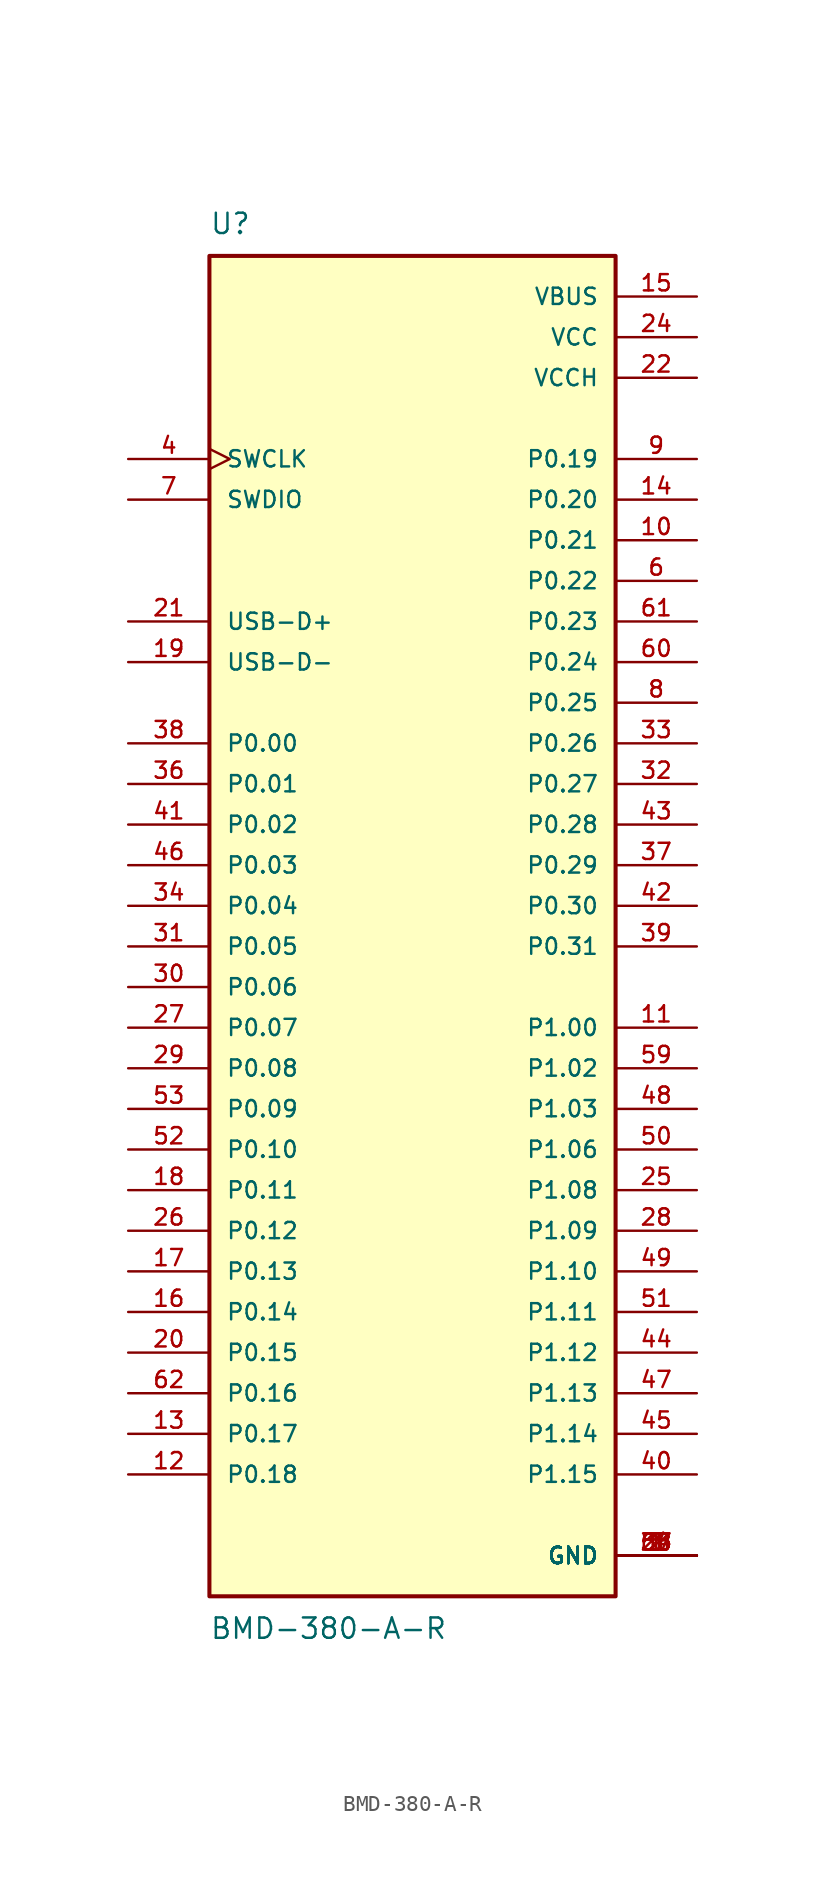
<source format=kicad_sym>
(kicad_symbol_lib
  (version 20211014)
  (generator kicad_symbol_editor)
  (symbol "BMD-380-A-R"
    (pin_names
      (offset 1.016))
    (property "Reference" "U"
      (at -12.7 41.91 0)
      (effects (font (size 1.27 1.27)) (justify bottom left)))
    (property "Value" "BMD-380-A-R"
      (at -12.7 -44.45 0)
      (effects (font (size 1.27 1.27)) (justify top left)))
    (symbol "BMD-380-A-R_0_0"
      (rectangle (start -12.7 -43.18) (end 12.7 40.64) (stroke (width 0.254)) (fill (type background)))
      (pin power_in line (at 17.78 38.1 180.0) (length 5.08) (name "VBUS" (effects (font (size 1.016 1.016)))) (number "15" (effects (font (size 1.016 1.016)))))
      (pin power_in line (at 17.78 35.56 180.0) (length 5.08) (name "VCC" (effects (font (size 1.016 1.016)))) (number "24" (effects (font (size 1.016 1.016)))))
      (pin power_in line (at 17.78 33.02 180.0) (length 5.08) (name "VCCH" (effects (font (size 1.016 1.016)))) (number "22" (effects (font (size 1.016 1.016)))))
      (pin input clock (at -17.78 27.94 0) (length 5.08) (name "SWCLK" (effects (font (size 1.016 1.016)))) (number "4" (effects (font (size 1.016 1.016)))))
      (pin bidirectional line (at -17.78 10.16 0) (length 5.08) (name "P0.00" (effects (font (size 1.016 1.016)))) (number "38" (effects (font (size 1.016 1.016)))))
      (pin bidirectional line (at -17.78 7.62 0) (length 5.08) (name "P0.01" (effects (font (size 1.016 1.016)))) (number "36" (effects (font (size 1.016 1.016)))))
      (pin bidirectional line (at -17.78 5.08 0) (length 5.08) (name "P0.02" (effects (font (size 1.016 1.016)))) (number "41" (effects (font (size 1.016 1.016)))))
      (pin bidirectional line (at -17.78 2.54 0) (length 5.08) (name "P0.03" (effects (font (size 1.016 1.016)))) (number "46" (effects (font (size 1.016 1.016)))))
      (pin bidirectional line (at -17.78 0.0 0) (length 5.08) (name "P0.04" (effects (font (size 1.016 1.016)))) (number "34" (effects (font (size 1.016 1.016)))))
      (pin bidirectional line (at -17.78 -2.54 0) (length 5.08) (name "P0.05" (effects (font (size 1.016 1.016)))) (number "31" (effects (font (size 1.016 1.016)))))
      (pin bidirectional line (at -17.78 -5.08 0) (length 5.08) (name "P0.06" (effects (font (size 1.016 1.016)))) (number "30" (effects (font (size 1.016 1.016)))))
      (pin bidirectional line (at -17.78 -7.62 0) (length 5.08) (name "P0.07" (effects (font (size 1.016 1.016)))) (number "27" (effects (font (size 1.016 1.016)))))
      (pin bidirectional line (at -17.78 -10.16 0) (length 5.08) (name "P0.08" (effects (font (size 1.016 1.016)))) (number "29" (effects (font (size 1.016 1.016)))))
      (pin bidirectional line (at -17.78 -12.7 0) (length 5.08) (name "P0.09" (effects (font (size 1.016 1.016)))) (number "53" (effects (font (size 1.016 1.016)))))
      (pin bidirectional line (at -17.78 -15.24 0) (length 5.08) (name "P0.10" (effects (font (size 1.016 1.016)))) (number "52" (effects (font (size 1.016 1.016)))))
      (pin bidirectional line (at -17.78 -17.78 0) (length 5.08) (name "P0.11" (effects (font (size 1.016 1.016)))) (number "18" (effects (font (size 1.016 1.016)))))
      (pin bidirectional line (at -17.78 -20.32 0) (length 5.08) (name "P0.12" (effects (font (size 1.016 1.016)))) (number "26" (effects (font (size 1.016 1.016)))))
      (pin bidirectional line (at -17.78 -22.86 0) (length 5.08) (name "P0.13" (effects (font (size 1.016 1.016)))) (number "17" (effects (font (size 1.016 1.016)))))
      (pin bidirectional line (at -17.78 -25.4 0) (length 5.08) (name "P0.14" (effects (font (size 1.016 1.016)))) (number "16" (effects (font (size 1.016 1.016)))))
      (pin bidirectional line (at -17.78 -27.94 0) (length 5.08) (name "P0.15" (effects (font (size 1.016 1.016)))) (number "20" (effects (font (size 1.016 1.016)))))
      (pin bidirectional line (at -17.78 -30.48 0) (length 5.08) (name "P0.16" (effects (font (size 1.016 1.016)))) (number "62" (effects (font (size 1.016 1.016)))))
      (pin bidirectional line (at -17.78 -33.02 0) (length 5.08) (name "P0.17" (effects (font (size 1.016 1.016)))) (number "13" (effects (font (size 1.016 1.016)))))
      (pin bidirectional line (at -17.78 -35.56 0) (length 5.08) (name "P0.18" (effects (font (size 1.016 1.016)))) (number "12" (effects (font (size 1.016 1.016)))))
      (pin bidirectional line (at 17.78 27.94 180.0) (length 5.08) (name "P0.19" (effects (font (size 1.016 1.016)))) (number "9" (effects (font (size 1.016 1.016)))))
      (pin bidirectional line (at 17.78 25.4 180.0) (length 5.08) (name "P0.20" (effects (font (size 1.016 1.016)))) (number "14" (effects (font (size 1.016 1.016)))))
      (pin bidirectional line (at 17.78 22.86 180.0) (length 5.08) (name "P0.21" (effects (font (size 1.016 1.016)))) (number "10" (effects (font (size 1.016 1.016)))))
      (pin bidirectional line (at 17.78 20.32 180.0) (length 5.08) (name "P0.22" (effects (font (size 1.016 1.016)))) (number "6" (effects (font (size 1.016 1.016)))))
      (pin bidirectional line (at 17.78 17.78 180.0) (length 5.08) (name "P0.23" (effects (font (size 1.016 1.016)))) (number "61" (effects (font (size 1.016 1.016)))))
      (pin bidirectional line (at 17.78 15.24 180.0) (length 5.08) (name "P0.24" (effects (font (size 1.016 1.016)))) (number "60" (effects (font (size 1.016 1.016)))))
      (pin bidirectional line (at 17.78 12.7 180.0) (length 5.08) (name "P0.25" (effects (font (size 1.016 1.016)))) (number "8" (effects (font (size 1.016 1.016)))))
      (pin bidirectional line (at 17.78 10.16 180.0) (length 5.08) (name "P0.26" (effects (font (size 1.016 1.016)))) (number "33" (effects (font (size 1.016 1.016)))))
      (pin bidirectional line (at 17.78 7.62 180.0) (length 5.08) (name "P0.27" (effects (font (size 1.016 1.016)))) (number "32" (effects (font (size 1.016 1.016)))))
      (pin bidirectional line (at 17.78 5.08 180.0) (length 5.08) (name "P0.28" (effects (font (size 1.016 1.016)))) (number "43" (effects (font (size 1.016 1.016)))))
      (pin bidirectional line (at 17.78 2.54 180.0) (length 5.08) (name "P0.29" (effects (font (size 1.016 1.016)))) (number "37" (effects (font (size 1.016 1.016)))))
      (pin bidirectional line (at 17.78 0.0 180.0) (length 5.08) (name "P0.30" (effects (font (size 1.016 1.016)))) (number "42" (effects (font (size 1.016 1.016)))))
      (pin bidirectional line (at 17.78 -2.54 180.0) (length 5.08) (name "P0.31" (effects (font (size 1.016 1.016)))) (number "39" (effects (font (size 1.016 1.016)))))
      (pin bidirectional line (at 17.78 -7.62 180.0) (length 5.08) (name "P1.00" (effects (font (size 1.016 1.016)))) (number "11" (effects (font (size 1.016 1.016)))))
      (pin bidirectional line (at 17.78 -10.16 180.0) (length 5.08) (name "P1.02" (effects (font (size 1.016 1.016)))) (number "59" (effects (font (size 1.016 1.016)))))
      (pin bidirectional line (at 17.78 -12.7 180.0) (length 5.08) (name "P1.03" (effects (font (size 1.016 1.016)))) (number "48" (effects (font (size 1.016 1.016)))))
      (pin bidirectional line (at 17.78 -15.24 180.0) (length 5.08) (name "P1.06" (effects (font (size 1.016 1.016)))) (number "50" (effects (font (size 1.016 1.016)))))
      (pin bidirectional line (at 17.78 -17.78 180.0) (length 5.08) (name "P1.08" (effects (font (size 1.016 1.016)))) (number "25" (effects (font (size 1.016 1.016)))))
      (pin bidirectional line (at 17.78 -20.32 180.0) (length 5.08) (name "P1.09" (effects (font (size 1.016 1.016)))) (number "28" (effects (font (size 1.016 1.016)))))
      (pin bidirectional line (at 17.78 -22.86 180.0) (length 5.08) (name "P1.10" (effects (font (size 1.016 1.016)))) (number "49" (effects (font (size 1.016 1.016)))))
      (pin bidirectional line (at 17.78 -25.4 180.0) (length 5.08) (name "P1.11" (effects (font (size 1.016 1.016)))) (number "51" (effects (font (size 1.016 1.016)))))
      (pin bidirectional line (at 17.78 -27.94 180.0) (length 5.08) (name "P1.12" (effects (font (size 1.016 1.016)))) (number "44" (effects (font (size 1.016 1.016)))))
      (pin bidirectional line (at 17.78 -30.48 180.0) (length 5.08) (name "P1.13" (effects (font (size 1.016 1.016)))) (number "47" (effects (font (size 1.016 1.016)))))
      (pin bidirectional line (at 17.78 -33.02 180.0) (length 5.08) (name "P1.14" (effects (font (size 1.016 1.016)))) (number "45" (effects (font (size 1.016 1.016)))))
      (pin bidirectional line (at 17.78 -35.56 180.0) (length 5.08) (name "P1.15" (effects (font (size 1.016 1.016)))) (number "40" (effects (font (size 1.016 1.016)))))
      (pin bidirectional line (at -17.78 25.4 0) (length 5.08) (name "SWDIO" (effects (font (size 1.016 1.016)))) (number "7" (effects (font (size 1.016 1.016)))))
      (pin bidirectional line (at -17.78 15.24 0) (length 5.08) (name "USB-D-" (effects (font (size 1.016 1.016)))) (number "19" (effects (font (size 1.016 1.016)))))
      (pin bidirectional line (at -17.78 17.78 0) (length 5.08) (name "USB-D+" (effects (font (size 1.016 1.016)))) (number "21" (effects (font (size 1.016 1.016)))))
      (pin power_in line (at 17.78 -40.64 180.0) (length 5.08) (name "GND" (effects (font (size 1.016 1.016)))) (number "1" (effects (font (size 1.016 1.016)))))
      (pin power_in line (at 17.78 -40.64 180.0) (length 5.08) (name "GND" (effects (font (size 1.016 1.016)))) (number "2" (effects (font (size 1.016 1.016)))))
      (pin power_in line (at 17.78 -40.64 180.0) (length 5.08) (name "GND" (effects (font (size 1.016 1.016)))) (number "3" (effects (font (size 1.016 1.016)))))
      (pin power_in line (at 17.78 -40.64 180.0) (length 5.08) (name "GND" (effects (font (size 1.016 1.016)))) (number "5" (effects (font (size 1.016 1.016)))))
      (pin power_in line (at 17.78 -40.64 180.0) (length 5.08) (name "GND" (effects (font (size 1.016 1.016)))) (number "23" (effects (font (size 1.016 1.016)))))
      (pin power_in line (at 17.78 -40.64 180.0) (length 5.08) (name "GND" (effects (font (size 1.016 1.016)))) (number "35" (effects (font (size 1.016 1.016)))))
      (pin power_in line (at 17.78 -40.64 180.0) (length 5.08) (name "GND" (effects (font (size 1.016 1.016)))) (number "54" (effects (font (size 1.016 1.016)))))
      (pin power_in line (at 17.78 -40.64 180.0) (length 5.08) (name "GND" (effects (font (size 1.016 1.016)))) (number "55" (effects (font (size 1.016 1.016)))))
      (pin power_in line (at 17.78 -40.64 180.0) (length 5.08) (name "GND" (effects (font (size 1.016 1.016)))) (number "56" (effects (font (size 1.016 1.016)))))
      (pin power_in line (at 17.78 -40.64 180.0) (length 5.08) (name "GND" (effects (font (size 1.016 1.016)))) (number "57" (effects (font (size 1.016 1.016)))))
      (pin power_in line (at 17.78 -40.64 180.0) (length 5.08) (name "GND" (effects (font (size 1.016 1.016)))) (number "58" (effects (font (size 1.016 1.016)))))
      (pin power_in line (at 17.78 -40.64 180.0) (length 5.08) (name "GND" (effects (font (size 1.016 1.016)))) (number "63" (effects (font (size 1.016 1.016))))))))
</source>
